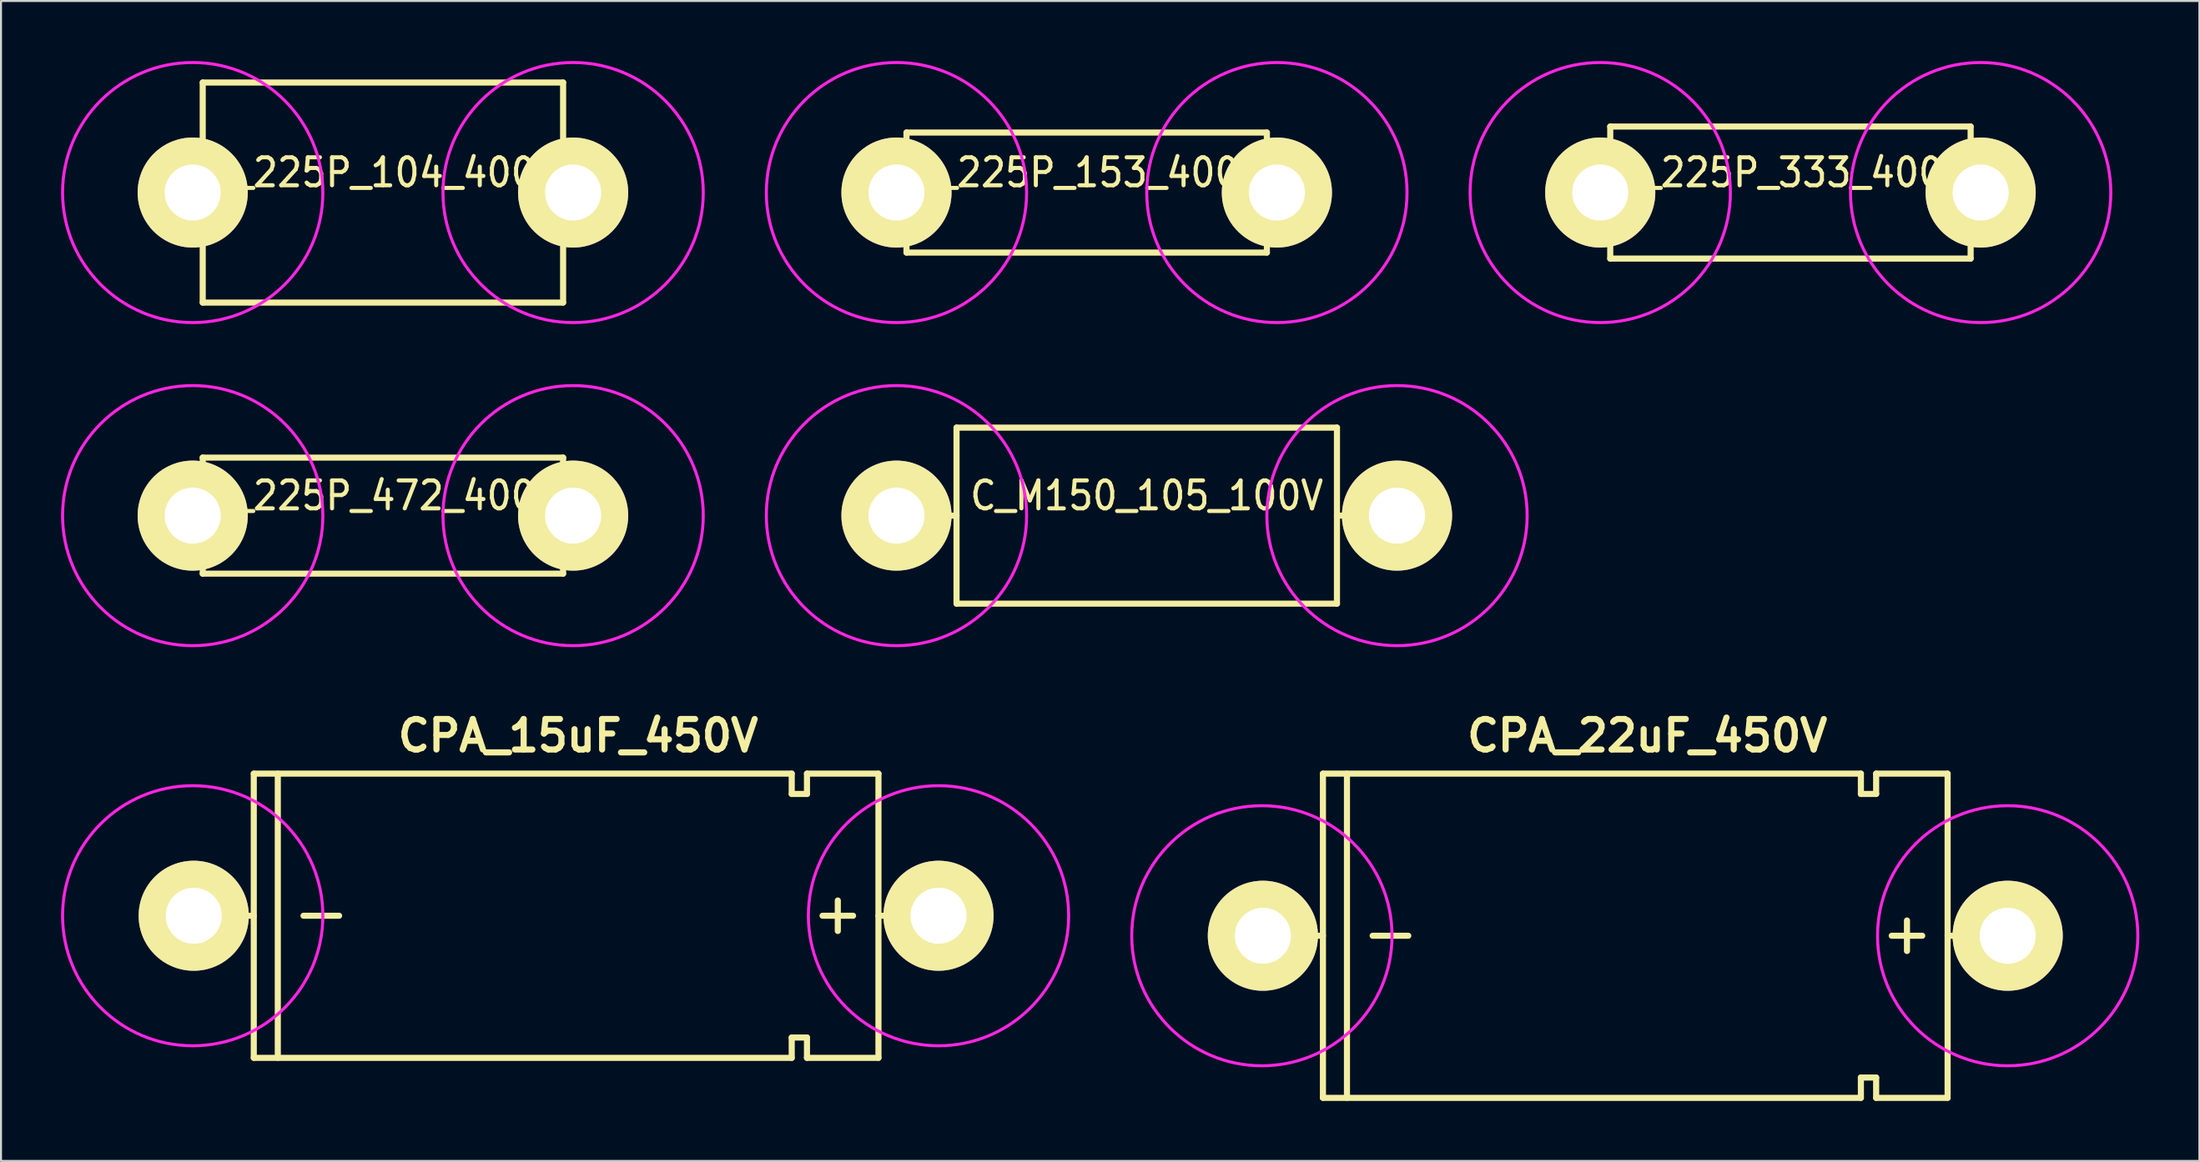
<source format=kicad_pcb>
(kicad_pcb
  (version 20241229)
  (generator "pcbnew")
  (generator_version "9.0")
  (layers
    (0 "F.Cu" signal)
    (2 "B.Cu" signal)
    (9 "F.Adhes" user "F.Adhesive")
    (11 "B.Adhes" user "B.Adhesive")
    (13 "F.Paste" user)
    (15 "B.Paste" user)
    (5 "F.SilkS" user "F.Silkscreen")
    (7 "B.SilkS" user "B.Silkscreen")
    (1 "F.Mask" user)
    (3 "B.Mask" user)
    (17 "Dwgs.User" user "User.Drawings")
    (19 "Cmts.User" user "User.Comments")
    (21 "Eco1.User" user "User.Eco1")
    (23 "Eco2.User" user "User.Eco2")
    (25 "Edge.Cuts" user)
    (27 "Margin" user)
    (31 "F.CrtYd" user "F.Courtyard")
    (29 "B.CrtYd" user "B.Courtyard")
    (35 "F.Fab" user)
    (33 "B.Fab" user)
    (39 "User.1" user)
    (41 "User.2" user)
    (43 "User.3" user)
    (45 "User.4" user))
  (footprint "C_225P_104_400V"
    (layer "F.Cu")
    (at 16.075 6.575)
    (property "Reference" "C_225P_104_400V" (at 0 -1 0) (layer "F.SilkS") (effects (font (size 1.397 1.27) (thickness 0.203))))
    (attr through_hole)
    (fp_line (start -9.5 0) (end -9 0) (stroke (width 0.305) (type solid)) (layer "F.SilkS"))
    (fp_line (start -9 -5.5) (end 9 -5.5) (stroke (width 0.305) (type solid)) (layer "F.SilkS"))
    (fp_line (start -9 5.5) (end -9 -5.5) (stroke (width 0.305) (type solid)) (layer "F.SilkS"))
    (fp_line (start 9 -5.5) (end 9 5.5) (stroke (width 0.305) (type solid)) (layer "F.SilkS"))
    (fp_line (start 9 0) (end 9.5 0) (stroke (width 0.305) (type solid)) (layer "F.SilkS"))
    (fp_line (start 9 5.5) (end -9 5.5) (stroke (width 0.305) (type solid)) (layer "F.SilkS"))
    (fp_circle (center -9.5 0) (end -3 0) (stroke (width 0.15) (type solid)) (fill no) (layer "F.CrtYd"))
    (fp_circle (center 9.5 0) (end 16 0) (stroke (width 0.15) (type solid)) (fill no) (layer "F.CrtYd"))
    (pad "1" thru_hole circle (at -9.5 0) (size 5.5 5.5) (drill 2.8) (layers "*.Cu" "*.Mask" "F.SilkS"))
    (pad "2" thru_hole circle (at 9.5 0) (size 5.5 5.5) (drill 2.8) (layers "*.Cu" "*.Mask" "F.SilkS")))
  (footprint "C_225P_472_400V"
    (layer "F.Cu")
    (at 16.075 22.725)
    (property "Reference" "C_225P_472_400V" (at 0 -1 0) (layer "F.SilkS") (effects (font (size 1.397 1.27) (thickness 0.203))))
    (attr through_hole)
    (fp_line (start -9.5 0) (end -9 0) (stroke (width 0.305) (type solid)) (layer "F.SilkS"))
    (fp_line (start -9 -2.9) (end 9 -2.9) (stroke (width 0.305) (type solid)) (layer "F.SilkS"))
    (fp_line (start -9 2.9) (end -9 -2.9) (stroke (width 0.305) (type solid)) (layer "F.SilkS"))
    (fp_line (start 9 -2.9) (end 9 2.9) (stroke (width 0.305) (type solid)) (layer "F.SilkS"))
    (fp_line (start 9 0) (end 9.5 0) (stroke (width 0.305) (type solid)) (layer "F.SilkS"))
    (fp_line (start 9 2.9) (end -9 2.9) (stroke (width 0.305) (type solid)) (layer "F.SilkS"))
    (fp_circle (center -9.5 0) (end -3 0) (stroke (width 0.15) (type solid)) (fill no) (layer "F.CrtYd"))
    (fp_circle (center 9.5 0) (end 16 0) (stroke (width 0.15) (type solid)) (fill no) (layer "F.CrtYd"))
    (pad "1" thru_hole circle (at -9.5 0) (size 5.5 5.5) (drill 2.8) (layers "*.Cu" "*.Mask" "F.SilkS"))
    (pad "2" thru_hole circle (at 9.5 0) (size 5.5 5.5) (drill 2.8) (layers "*.Cu" "*.Mask" "F.SilkS")))
  (footprint "CPA_15uF_450V"
    (layer "F.Cu")
    (at 25.825 42.726)
    (property "Reference" "CPA_15uF_450V" (at 0 -9 0) (layer "F.SilkS") (effects (font (size 1.524 1.524) (thickness 0.305))))
    (attr through_hole)
    (fp_line (start -16.2 -7.104) (end 10.668 -7.104) (stroke (width 0.305) (type solid)) (layer "F.SilkS"))
    (fp_line (start -16.2 0) (end -19.2 0) (stroke (width 0.305) (type solid)) (layer "F.SilkS"))
    (fp_line (start -16.2 7.1) (end -16.2 -7.1) (stroke (width 0.305) (type solid)) (layer "F.SilkS"))
    (fp_line (start -15 -7.1) (end -15 7.1) (stroke (width 0.305) (type solid)) (layer "F.SilkS"))
    (fp_line (start -13.716 0) (end -11.938 0) (stroke (width 0.305) (type solid)) (layer "F.SilkS"))
    (fp_line (start 10.668 -7.104) (end 10.668 -6.088) (stroke (width 0.305) (type solid)) (layer "F.SilkS"))
    (fp_line (start 10.668 -6.088) (end 11.43 -6.088) (stroke (width 0.305) (type solid)) (layer "F.SilkS"))
    (fp_line (start 10.668 6.088) (end 10.668 7.104) (stroke (width 0.305) (type solid)) (layer "F.SilkS"))
    (fp_line (start 10.668 7.104) (end -16.2 7.104) (stroke (width 0.305) (type solid)) (layer "F.SilkS"))
    (fp_line (start 11.43 -7.104) (end 15 -7.104) (stroke (width 0.305) (type solid)) (layer "F.SilkS"))
    (fp_line (start 11.43 -6.088) (end 11.43 -7.104) (stroke (width 0.305) (type solid)) (layer "F.SilkS"))
    (fp_line (start 11.43 6.088) (end 10.668 6.088) (stroke (width 0.305) (type solid)) (layer "F.SilkS"))
    (fp_line (start 11.43 7.104) (end 11.43 6.088) (stroke (width 0.305) (type solid)) (layer "F.SilkS"))
    (fp_line (start 12.97 0.762) (end 12.97 -0.762) (stroke (width 0.305) (type solid)) (layer "F.SilkS"))
    (fp_line (start 13.732 0) (end 12.208 0) (stroke (width 0.305) (type solid)) (layer "F.SilkS"))
    (fp_line (start 15 -7.1) (end 15 7.1) (stroke (width 0.305) (type solid)) (layer "F.SilkS"))
    (fp_line (start 15 0) (end 18 0) (stroke (width 0.305) (type solid)) (layer "F.SilkS"))
    (fp_line (start 15 7.104) (end 11.43 7.104) (stroke (width 0.305) (type solid)) (layer "F.SilkS"))
    (fp_circle (center -19.25 0) (end -12.75 0) (stroke (width 0.15) (type solid)) (fill no) (layer "F.CrtYd"))
    (fp_circle (center 18 0) (end 24.5 0) (stroke (width 0.15) (type solid)) (fill no) (layer "F.CrtYd"))
    (pad "1" thru_hole circle (at 18 0) (size 5.5 5.5) (drill 2.8) (layers "*.Cu" "*.Mask" "F.SilkS"))
    (pad "2" thru_hole circle (at -19.2 0) (size 5.5 5.5) (drill 2.8) (layers "*.Cu" "*.Mask" "F.SilkS")))
  (footprint "C_225P_333_400V"
    (layer "F.Cu")
    (at 86.375 6.575)
    (property "Reference" "C_225P_333_400V" (at 0 -1 0) (layer "F.SilkS") (effects (font (size 1.397 1.27) (thickness 0.203))))
    (attr through_hole)
    (fp_line (start -9.5 0) (end -9 0) (stroke (width 0.305) (type solid)) (layer "F.SilkS"))
    (fp_line (start -9 -3.3) (end 9 -3.3) (stroke (width 0.305) (type solid)) (layer "F.SilkS"))
    (fp_line (start -9 3.3) (end -9 -3.3) (stroke (width 0.305) (type solid)) (layer "F.SilkS"))
    (fp_line (start 9 -3.3) (end 9 3.3) (stroke (width 0.305) (type solid)) (layer "F.SilkS"))
    (fp_line (start 9 0) (end 9.5 0) (stroke (width 0.305) (type solid)) (layer "F.SilkS"))
    (fp_line (start 9 3.3) (end -9 3.3) (stroke (width 0.305) (type solid)) (layer "F.SilkS"))
    (fp_circle (center -9.5 0) (end -3 0) (stroke (width 0.15) (type solid)) (fill no) (layer "F.CrtYd"))
    (fp_circle (center 9.5 0) (end 16 0) (stroke (width 0.15) (type solid)) (fill no) (layer "F.CrtYd"))
    (pad "1" thru_hole circle (at -9.5 0) (size 5.5 5.5) (drill 2.8) (layers "*.Cu" "*.Mask" "F.SilkS"))
    (pad "2" thru_hole circle (at 9.5 0) (size 5.5 5.5) (drill 2.8) (layers "*.Cu" "*.Mask" "F.SilkS")))
  (footprint "C_225P_153_400V"
    (layer "F.Cu")
    (at 51.225 6.575)
    (property "Reference" "C_225P_153_400V" (at 0 -1 0) (layer "F.SilkS") (effects (font (size 1.397 1.27) (thickness 0.203))))
    (attr through_hole)
    (fp_line (start -9.5 0) (end -9 0) (stroke (width 0.305) (type solid)) (layer "F.SilkS"))
    (fp_line (start -9 -3) (end 9 -3) (stroke (width 0.305) (type solid)) (layer "F.SilkS"))
    (fp_line (start -9 3) (end -9 -3) (stroke (width 0.305) (type solid)) (layer "F.SilkS"))
    (fp_line (start 9 -3) (end 9 3) (stroke (width 0.305) (type solid)) (layer "F.SilkS"))
    (fp_line (start 9 0) (end 9.5 0) (stroke (width 0.305) (type solid)) (layer "F.SilkS"))
    (fp_line (start 9 3) (end -9 3) (stroke (width 0.305) (type solid)) (layer "F.SilkS"))
    (fp_circle (center -9.5 0) (end -3 0) (stroke (width 0.15) (type solid)) (fill no) (layer "F.CrtYd"))
    (fp_circle (center 9.5 0) (end 16 0) (stroke (width 0.15) (type solid)) (fill no) (layer "F.CrtYd"))
    (pad "1" thru_hole circle (at -9.5 0) (size 5.5 5.5) (drill 2.8) (layers "*.Cu" "*.Mask" "F.SilkS"))
    (pad "2" thru_hole circle (at 9.5 0) (size 5.5 5.5) (drill 2.8) (layers "*.Cu" "*.Mask" "F.SilkS")))
  (footprint "CPA_22uF_450V"
    (layer "F.Cu")
    (at 79.225 43.726)
    (property "Reference" "CPA_22uF_450V" (at 0 -10 0) (layer "F.SilkS") (effects (font (size 1.524 1.524) (thickness 0.305))))
    (attr through_hole)
    (fp_line (start -16.2 -8.104) (end 10.668 -8.104) (stroke (width 0.305) (type solid)) (layer "F.SilkS"))
    (fp_line (start -16.2 0) (end -19.2 0) (stroke (width 0.305) (type solid)) (layer "F.SilkS"))
    (fp_line (start -16.2 8.1) (end -16.2 -8.1) (stroke (width 0.305) (type solid)) (layer "F.SilkS"))
    (fp_line (start -15 -8.1) (end -15 8.1) (stroke (width 0.305) (type solid)) (layer "F.SilkS"))
    (fp_line (start -13.716 0) (end -11.938 0) (stroke (width 0.305) (type solid)) (layer "F.SilkS"))
    (fp_line (start 10.668 -8.104) (end 10.668 -7.088) (stroke (width 0.305) (type solid)) (layer "F.SilkS"))
    (fp_line (start 10.668 -7.088) (end 11.43 -7.088) (stroke (width 0.305) (type solid)) (layer "F.SilkS"))
    (fp_line (start 10.668 7.088) (end 10.668 8.104) (stroke (width 0.305) (type solid)) (layer "F.SilkS"))
    (fp_line (start 10.668 8.104) (end -16.2 8.104) (stroke (width 0.305) (type solid)) (layer "F.SilkS"))
    (fp_line (start 11.43 -8.104) (end 15 -8.104) (stroke (width 0.305) (type solid)) (layer "F.SilkS"))
    (fp_line (start 11.43 -7.088) (end 11.43 -8.104) (stroke (width 0.305) (type solid)) (layer "F.SilkS"))
    (fp_line (start 11.43 7.088) (end 10.668 7.088) (stroke (width 0.305) (type solid)) (layer "F.SilkS"))
    (fp_line (start 11.43 8.104) (end 11.43 7.088) (stroke (width 0.305) (type solid)) (layer "F.SilkS"))
    (fp_line (start 12.97 0.762) (end 12.97 -0.762) (stroke (width 0.305) (type solid)) (layer "F.SilkS"))
    (fp_line (start 13.732 0) (end 12.208 0) (stroke (width 0.305) (type solid)) (layer "F.SilkS"))
    (fp_line (start 15 -8.1) (end 15 8.1) (stroke (width 0.305) (type solid)) (layer "F.SilkS"))
    (fp_line (start 15 0) (end 18 0) (stroke (width 0.305) (type solid)) (layer "F.SilkS"))
    (fp_line (start 15 8.104) (end 11.43 8.104) (stroke (width 0.305) (type solid)) (layer "F.SilkS"))
    (fp_circle (center -19.25 0) (end -12.75 0) (stroke (width 0.15) (type solid)) (fill no) (layer "F.CrtYd"))
    (fp_circle (center 18 0) (end 24.5 0) (stroke (width 0.15) (type solid)) (fill no) (layer "F.CrtYd"))
    (pad "1" thru_hole circle (at 18 0) (size 5.5 5.5) (drill 2.8) (layers "*.Cu" "*.Mask" "F.SilkS"))
    (pad "2" thru_hole circle (at -19.2 0) (size 5.5 5.5) (drill 2.8) (layers "*.Cu" "*.Mask" "F.SilkS")))
  (footprint "C_M150_105_100V"
    (layer "F.Cu")
    (at 54.225 22.725)
    (property "Reference" "C_M150_105_100V" (at 0 -1 0) (layer "F.SilkS") (effects (font (size 1.397 1.27) (thickness 0.203))))
    (attr through_hole)
    (fp_line (start -12.5 0) (end -9.5 0) (stroke (width 0.305) (type solid)) (layer "F.SilkS"))
    (fp_line (start -9.5 -4.4) (end 9.5 -4.4) (stroke (width 0.305) (type solid)) (layer "F.SilkS"))
    (fp_line (start -9.5 4.4) (end -9.5 -4.4) (stroke (width 0.305) (type solid)) (layer "F.SilkS"))
    (fp_line (start 9.5 -4.4) (end 9.5 4.4) (stroke (width 0.305) (type solid)) (layer "F.SilkS"))
    (fp_line (start 9.5 0) (end 12.5 0) (stroke (width 0.305) (type solid)) (layer "F.SilkS"))
    (fp_line (start 9.5 4.4) (end -9.5 4.4) (stroke (width 0.305) (type solid)) (layer "F.SilkS"))
    (fp_circle (center -12.5 0) (end -6 0) (stroke (width 0.15) (type solid)) (fill no) (layer "F.CrtYd"))
    (fp_circle (center 12.5 0) (end 19 0) (stroke (width 0.15) (type solid)) (fill no) (layer "F.CrtYd"))
    (pad "1" thru_hole circle (at -12.5 0) (size 5.5 5.5) (drill 2.8) (layers "*.Cu" "*.Mask" "F.SilkS"))
    (pad "2" thru_hole circle (at 12.5 0) (size 5.5 5.5) (drill 2.8) (layers "*.Cu" "*.Mask" "F.SilkS")))
  (gr_rect
    (start -3 -3)
    (end 106.8 54.983)
    (stroke (width 0.1) (type default))
    (fill no)
    (layer "Edge.Cuts")))
</source>
